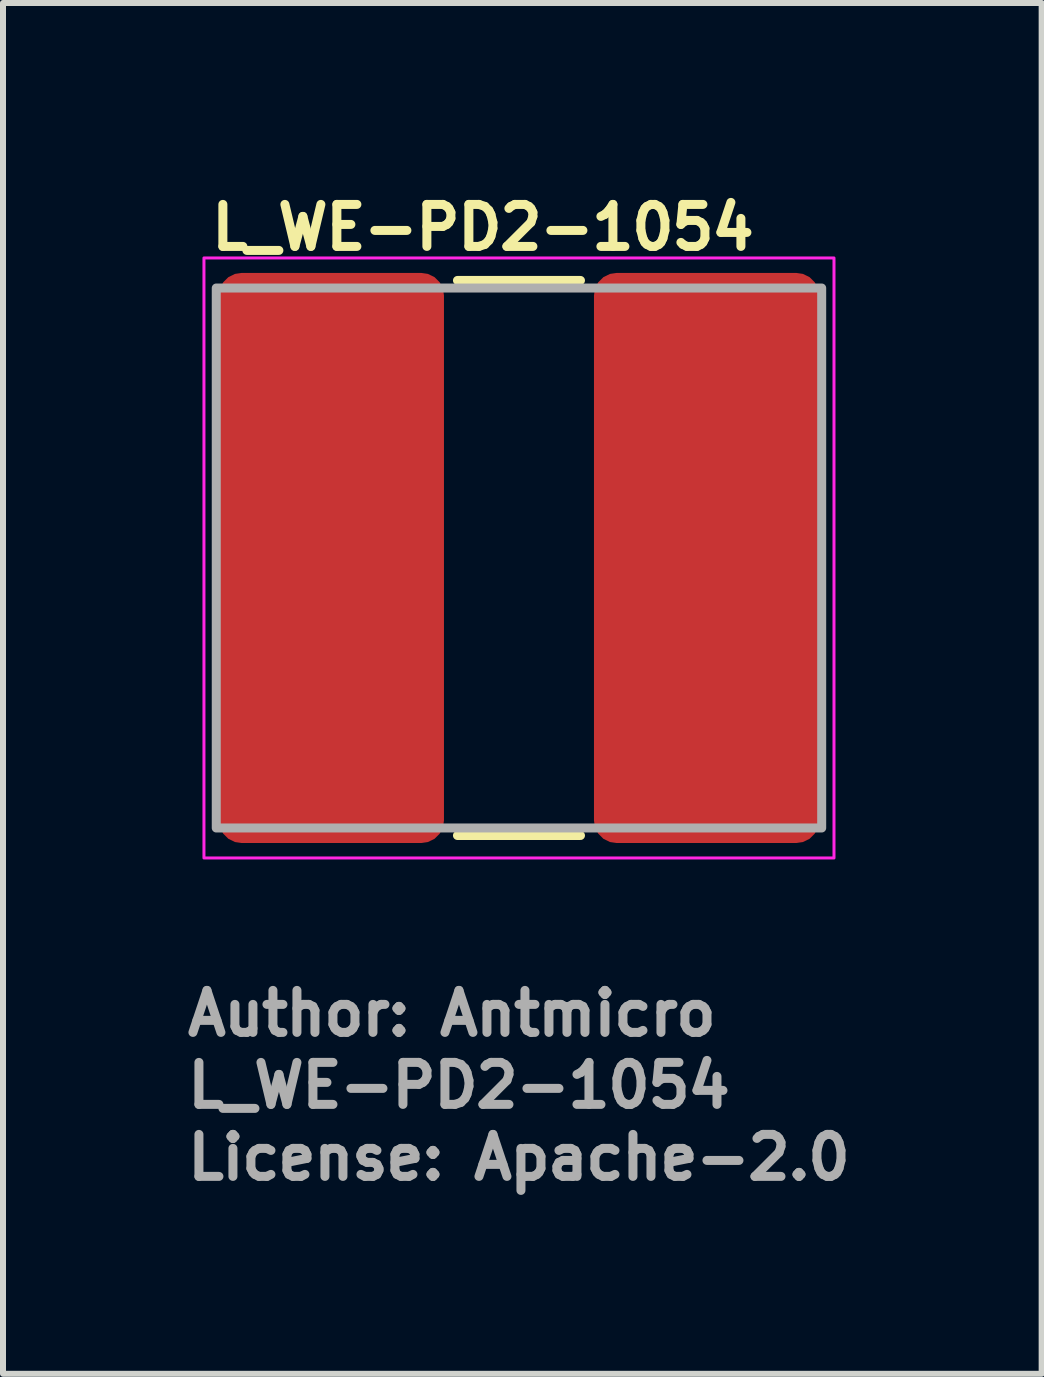
<source format=kicad_pcb>
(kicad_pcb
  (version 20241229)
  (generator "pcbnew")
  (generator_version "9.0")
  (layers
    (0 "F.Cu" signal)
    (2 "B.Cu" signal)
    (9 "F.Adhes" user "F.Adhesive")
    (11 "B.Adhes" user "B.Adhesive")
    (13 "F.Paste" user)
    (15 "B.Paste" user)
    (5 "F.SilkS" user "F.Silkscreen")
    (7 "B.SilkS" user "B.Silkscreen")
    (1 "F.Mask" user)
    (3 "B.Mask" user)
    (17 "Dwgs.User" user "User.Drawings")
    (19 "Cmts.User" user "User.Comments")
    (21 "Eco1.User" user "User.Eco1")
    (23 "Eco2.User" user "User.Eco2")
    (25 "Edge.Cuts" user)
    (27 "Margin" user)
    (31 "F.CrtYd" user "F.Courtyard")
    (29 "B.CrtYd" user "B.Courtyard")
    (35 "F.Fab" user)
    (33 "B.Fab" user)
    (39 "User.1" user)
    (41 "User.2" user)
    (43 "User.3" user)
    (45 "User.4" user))
  (footprint "L_WE-PD2-1054"
    (layer "F.Cu")
    (at 5.599 6.249)
    (property "Reference" "L_WE-PD2-1054" (at -5.2 -5.099 0) (layer "F.SilkS") (effects (font (size 0.7 0.7) (thickness 0.15)) (justify left bottom)))
    (attr smd)
    (fp_line (start 1.025 -4.625) (end -1.025 -4.625) (stroke (width 0.15) (type solid)) (layer "F.SilkS"))
    (fp_line (start 1.025 4.625) (end -1.025 4.625) (stroke (width 0.15) (type solid)) (layer "F.SilkS"))
    (fp_rect (start -5.25 -5) (end 5.25 5) (stroke (width 0.05) (type solid)) (fill no) (layer "F.CrtYd"))
    (fp_rect (start -5.045 -4.499) (end 5.045 4.5) (stroke (width 0.15) (type solid)) (fill no) (layer "F.Fab"))
    (fp_rect (start -5.05 -4.5) (end 5.05 4.5) (stroke (width 0.1) (type solid)) (fill no) (layer "User.5"))
    (fp_line (start -5.045 -0.001) (end -5.043 0.017) (stroke (width 0.02) (type solid)) (layer "User.9"))
    (fp_line (start -5.043 -0.035) (end -5.043 -0.018) (stroke (width 0.02) (type solid)) (layer "User.9"))
    (fp_line (start -5.043 -0.018) (end -5.045 -0.001) (stroke (width 0.02) (type solid)) (layer "User.9"))
    (fp_line (start -5.043 0.017) (end -5.043 0.035) (stroke (width 0.02) (type solid)) (layer "User.9"))
    (fp_line (start -5.043 0.035) (end -5.04 0.052) (stroke (width 0.02) (type solid)) (layer "User.9"))
    (fp_line (start -5.04 -0.052) (end -5.043 -0.035) (stroke (width 0.02) (type solid)) (layer "User.9"))
    (fp_line (start -5.04 0.052) (end -5.035 0.069) (stroke (width 0.02) (type solid)) (layer "User.9"))
    (fp_line (start -5.035 -0.069) (end -5.04 -0.052) (stroke (width 0.02) (type solid)) (layer "User.9"))
    (fp_line (start -5.035 0.069) (end -5.031 0.085) (stroke (width 0.02) (type solid)) (layer "User.9"))
    (fp_line (start -5.031 -0.085) (end -5.035 -0.069) (stroke (width 0.02) (type solid)) (layer "User.9"))
    (fp_line (start -5.031 0.085) (end -5.024 0.102) (stroke (width 0.02) (type solid)) (layer "User.9"))
    (fp_line (start -5.024 -0.102) (end -5.031 -0.085) (stroke (width 0.02) (type solid)) (layer "User.9"))
    (fp_line (start -5.024 0.102) (end -5.016 0.12) (stroke (width 0.02) (type solid)) (layer "User.9"))
    (fp_line (start -5.016 -0.12) (end -5.024 -0.102) (stroke (width 0.02) (type solid)) (layer "User.9"))
    (fp_line (start -5.016 0.12) (end -5.008 0.136) (stroke (width 0.02) (type solid)) (layer "User.9"))
    (fp_line (start -5.008 -0.136) (end -5.016 -0.12) (stroke (width 0.02) (type solid)) (layer "User.9"))
    (fp_line (start -5.008 -0.136) (end -5.008 -0.136) (stroke (width 0.02) (type solid)) (layer "User.9"))
    (fp_line (start -5.008 0.136) (end -5.008 0.136) (stroke (width 0.02) (type solid)) (layer "User.9"))
    (fp_line (start -5.008 0.136) (end -5.003 0.142) (stroke (width 0.02) (type solid)) (layer "User.9"))
    (fp_line (start -5.003 0.142) (end -5 0.151) (stroke (width 0.02) (type solid)) (layer "User.9"))
    (fp_line (start -5 -0.151) (end -5.008 -0.136) (stroke (width 0.02) (type solid)) (layer "User.9"))
    (fp_line (start -5 0.151) (end -4.995 0.158) (stroke (width 0.02) (type solid)) (layer "User.9"))
    (fp_line (start -4.999 0.152) (end -4.973 0.521) (stroke (width 0.02) (type solid)) (layer "User.9"))
    (fp_line (start -4.995 0.158) (end -4.989 0.166) (stroke (width 0.02) (type solid)) (layer "User.9"))
    (fp_line (start -4.989 -0.337) (end -4.999 -0.152) (stroke (width 0.02) (type solid)) (layer "User.9"))
    (fp_line (start -4.989 -0.166) (end -5 -0.151) (stroke (width 0.02) (type solid)) (layer "User.9"))
    (fp_line (start -4.989 0.166) (end -4.984 0.172) (stroke (width 0.02) (type solid)) (layer "User.9"))
    (fp_line (start -4.984 0.172) (end -4.978 0.179) (stroke (width 0.02) (type solid)) (layer "User.9"))
    (fp_line (start -4.978 -0.179) (end -4.989 -0.166) (stroke (width 0.02) (type solid)) (layer "User.9"))
    (fp_line (start -4.978 0.179) (end -4.971 0.186) (stroke (width 0.02) (type solid)) (layer "User.9"))
    (fp_line (start -4.973 -0.521) (end -4.989 -0.337) (stroke (width 0.02) (type solid)) (layer "User.9"))
    (fp_line (start -4.973 0.521) (end -4.918 0.883) (stroke (width 0.02) (type solid)) (layer "User.9"))
    (fp_line (start -4.971 0.186) (end -4.966 0.192) (stroke (width 0.02) (type solid)) (layer "User.9"))
    (fp_line (start -4.966 -0.192) (end -4.978 -0.179) (stroke (width 0.02) (type solid)) (layer "User.9"))
    (fp_line (start -4.966 0.192) (end -4.958 0.199) (stroke (width 0.02) (type solid)) (layer "User.9"))
    (fp_line (start -4.958 0.199) (end -4.953 0.203) (stroke (width 0.02) (type solid)) (layer "User.9"))
    (fp_line (start -4.953 -0.666) (end -4.952 -0.674) (stroke (width 0.02) (type solid)) (layer "User.9"))
    (fp_line (start -4.953 -0.657) (end -4.953 -0.666) (stroke (width 0.02) (type solid)) (layer "User.9"))
    (fp_line (start -4.953 -0.649) (end -4.953 -0.657) (stroke (width 0.02) (type solid)) (layer "User.9"))
    (fp_line (start -4.953 -0.64) (end -4.953 -0.649) (stroke (width 0.02) (type solid)) (layer "User.9"))
    (fp_line (start -4.953 -0.203) (end -4.966 -0.192) (stroke (width 0.02) (type solid)) (layer "User.9"))
    (fp_line (start -4.953 0.203) (end -4.946 0.21) (stroke (width 0.02) (type solid)) (layer "User.9"))
    (fp_line (start -4.953 0.649) (end -4.952 0.632) (stroke (width 0.02) (type solid)) (layer "User.9"))
    (fp_line (start -4.953 0.657) (end -4.953 0.649) (stroke (width 0.02) (type solid)) (layer "User.9"))
    (fp_line (start -4.953 0.666) (end -4.953 0.657) (stroke (width 0.02) (type solid)) (layer "User.9"))
    (fp_line (start -4.952 -0.674) (end -4.95 -0.683) (stroke (width 0.02) (type solid)) (layer "User.9"))
    (fp_line (start -4.952 -0.632) (end -4.953 -0.64) (stroke (width 0.02) (type solid)) (layer "User.9"))
    (fp_line (start -4.952 0.632) (end -4.949 0.615) (stroke (width 0.02) (type solid)) (layer "User.9"))
    (fp_line (start -4.952 0.674) (end -4.953 0.666) (stroke (width 0.02) (type solid)) (layer "User.9"))
    (fp_line (start -4.95 -0.683) (end -4.891 -1.012) (stroke (width 0.02) (type solid)) (layer "User.9"))
    (fp_line (start -4.95 -0.623) (end -4.952 -0.632) (stroke (width 0.02) (type solid)) (layer "User.9"))
    (fp_line (start -4.95 0.682) (end -4.952 0.674) (stroke (width 0.02) (type solid)) (layer "User.9"))
    (fp_line (start -4.949 -0.703) (end -4.973 -0.521) (stroke (width 0.02) (type solid)) (layer "User.9"))
    (fp_line (start -4.949 -0.615) (end -4.95 -0.623) (stroke (width 0.02) (type solid)) (layer "User.9"))
    (fp_line (start -4.949 0.615) (end -4.945 0.599) (stroke (width 0.02) (type solid)) (layer "User.9"))
    (fp_line (start -4.947 -0.607) (end -4.949 -0.615) (stroke (width 0.02) (type solid)) (layer "User.9"))
    (fp_line (start -4.946 0.21) (end -4.939 0.216) (stroke (width 0.02) (type solid)) (layer "User.9"))
    (fp_line (start -4.945 -0.599) (end -4.947 -0.607) (stroke (width 0.02) (type solid)) (layer "User.9"))
    (fp_line (start -4.945 0.599) (end -4.939 0.583) (stroke (width 0.02) (type solid)) (layer "User.9"))
    (fp_line (start -4.942 -0.591) (end -4.945 -0.599) (stroke (width 0.02) (type solid)) (layer "User.9"))
    (fp_line (start -4.939 -0.583) (end -4.942 -0.591) (stroke (width 0.02) (type solid)) (layer "User.9"))
    (fp_line (start -4.939 -0.216) (end -4.953 -0.203) (stroke (width 0.02) (type solid)) (layer "User.9"))
    (fp_line (start -4.939 0.216) (end -4.932 0.221) (stroke (width 0.02) (type solid)) (layer "User.9"))
    (fp_line (start -4.939 0.583) (end -4.933 0.565) (stroke (width 0.02) (type solid)) (layer "User.9"))
    (fp_line (start -4.937 -0.575) (end -4.939 -0.583) (stroke (width 0.02) (type solid)) (layer "User.9"))
    (fp_line (start -4.933 -0.566) (end -4.937 -0.575) (stroke (width 0.02) (type solid)) (layer "User.9"))
    (fp_line (start -4.933 0.565) (end -4.925 0.552) (stroke (width 0.02) (type solid)) (layer "User.9"))
    (fp_line (start -4.932 0.221) (end -4.925 0.226) (stroke (width 0.02) (type solid)) (layer "User.9"))
    (fp_line (start -4.929 -0.56) (end -4.933 -0.566) (stroke (width 0.02) (type solid)) (layer "User.9"))
    (fp_line (start -4.925 -0.553) (end -4.929 -0.56) (stroke (width 0.02) (type solid)) (layer "User.9"))
    (fp_line (start -4.925 -0.226) (end -4.939 -0.216) (stroke (width 0.02) (type solid)) (layer "User.9"))
    (fp_line (start -4.925 0.226) (end -4.917 0.231) (stroke (width 0.02) (type solid)) (layer "User.9"))
    (fp_line (start -4.925 0.552) (end -4.916 0.539) (stroke (width 0.02) (type solid)) (layer "User.9"))
    (fp_line (start -4.923 0.849) (end -4.95 0.682) (stroke (width 0.02) (type solid)) (layer "User.9"))
    (fp_line (start -4.921 -0.546) (end -4.925 -0.553) (stroke (width 0.02) (type solid)) (layer "User.9"))
    (fp_line (start -4.918 -0.883) (end -4.949 -0.703) (stroke (width 0.02) (type solid)) (layer "User.9"))
    (fp_line (start -4.918 0.883) (end -4.837 1.237) (stroke (width 0.02) (type solid)) (layer "User.9"))
    (fp_line (start -4.917 0.231) (end -4.91 0.234) (stroke (width 0.02) (type solid)) (layer "User.9"))
    (fp_line (start -4.916 -0.539) (end -4.921 -0.546) (stroke (width 0.02) (type solid)) (layer "User.9"))
    (fp_line (start -4.916 0.539) (end -4.906 0.526) (stroke (width 0.02) (type solid)) (layer "User.9"))
    (fp_line (start -4.91 -0.532) (end -4.916 -0.539) (stroke (width 0.02) (type solid)) (layer "User.9"))
    (fp_line (start -4.91 -0.234) (end -4.925 -0.226) (stroke (width 0.02) (type solid)) (layer "User.9"))
    (fp_line (start -4.91 0.234) (end -4.902 0.238) (stroke (width 0.02) (type solid)) (layer "User.9"))
    (fp_line (start -4.906 -0.526) (end -4.91 -0.532) (stroke (width 0.02) (type solid)) (layer "User.9"))
    (fp_line (start -4.906 0.526) (end -4.894 0.513) (stroke (width 0.02) (type solid)) (layer "User.9"))
    (fp_line (start -4.902 0.238) (end -4.894 0.243) (stroke (width 0.02) (type solid)) (layer "User.9"))
    (fp_line (start -4.901 -0.519) (end -4.906 -0.526) (stroke (width 0.02) (type solid)) (layer "User.9"))
    (fp_line (start -4.894 -0.513) (end -4.901 -0.519) (stroke (width 0.02) (type solid)) (layer "User.9"))
    (fp_line (start -4.894 -0.243) (end -4.91 -0.234) (stroke (width 0.02) (type solid)) (layer "User.9"))
    (fp_line (start -4.894 0.243) (end -4.885 0.247) (stroke (width 0.02) (type solid)) (layer "User.9"))
    (fp_line (start -4.894 0.513) (end -4.883 0.502) (stroke (width 0.02) (type solid)) (layer "User.9"))
    (fp_line (start -4.891 -1.012) (end -4.809 -1.334) (stroke (width 0.02) (type solid)) (layer "User.9"))
    (fp_line (start -4.891 1.012) (end -4.923 0.849) (stroke (width 0.02) (type solid)) (layer "User.9"))
    (fp_line (start -4.889 -0.507) (end -4.894 -0.513) (stroke (width 0.02) (type solid)) (layer "User.9"))
    (fp_line (start -4.885 0.247) (end -4.878 0.251) (stroke (width 0.02) (type solid)) (layer "User.9"))
    (fp_line (start -4.883 -0.502) (end -4.889 -0.507) (stroke (width 0.02) (type solid)) (layer "User.9"))
    (fp_line (start -4.883 0.502) (end -4.869 0.492) (stroke (width 0.02) (type solid)) (layer "User.9"))
    (fp_line (start -4.881 -1.062) (end -4.918 -0.883) (stroke (width 0.02) (type solid)) (layer "User.9"))
    (fp_line (start -4.878 -0.251) (end -4.894 -0.243) (stroke (width 0.02) (type solid)) (layer "User.9"))
    (fp_line (start -4.878 0.251) (end -4.87 0.254) (stroke (width 0.02) (type solid)) (layer "User.9"))
    (fp_line (start -4.875 -0.497) (end -4.883 -0.502) (stroke (width 0.02) (type solid)) (layer "User.9"))
    (fp_line (start -4.87 0.254) (end -4.861 0.257) (stroke (width 0.02) (type solid)) (layer "User.9"))
    (fp_line (start -4.869 -0.492) (end -4.875 -0.497) (stroke (width 0.02) (type solid)) (layer "User.9"))
    (fp_line (start -4.869 0.492) (end -4.855 0.482) (stroke (width 0.02) (type solid)) (layer "User.9"))
    (fp_line (start -4.862 -0.487) (end -4.869 -0.492) (stroke (width 0.02) (type solid)) (layer "User.9"))
    (fp_line (start -4.861 -0.257) (end -4.878 -0.251) (stroke (width 0.02) (type solid)) (layer "User.9"))
    (fp_line (start -4.861 0.257) (end -4.853 0.26) (stroke (width 0.02) (type solid)) (layer "User.9"))
    (fp_line (start -4.855 -0.482) (end -4.862 -0.487) (stroke (width 0.02) (type solid)) (layer "User.9"))
    (fp_line (start -4.855 0.482) (end -4.846 0.476) (stroke (width 0.02) (type solid)) (layer "User.9"))
    (fp_line (start -4.853 0.26) (end -4.845 0.262) (stroke (width 0.02) (type solid)) (layer "User.9"))
    (fp_line (start -4.846 -0.477) (end -4.855 -0.482) (stroke (width 0.02) (type solid)) (layer "User.9"))
    (fp_line (start -4.846 0.476) (end -4.84 0.472) (stroke (width 0.02) (type solid)) (layer "User.9"))
    (fp_line (start -4.845 -0.262) (end -4.861 -0.257) (stroke (width 0.02) (type solid)) (layer "User.9"))
    (fp_line (start -4.845 0.262) (end -4.836 0.264) (stroke (width 0.02) (type solid)) (layer "User.9"))
    (fp_line (start -4.84 -0.473) (end -4.846 -0.477) (stroke (width 0.02) (type solid)) (layer "User.9"))
    (fp_line (start -4.84 0.472) (end -4.832 0.468) (stroke (width 0.02) (type solid)) (layer "User.9"))
    (fp_line (start -4.837 -1.237) (end -4.881 -1.062) (stroke (width 0.02) (type solid)) (layer "User.9"))
    (fp_line (start -4.837 1.237) (end -4.73 1.582) (stroke (width 0.02) (type solid)) (layer "User.9"))
    (fp_line (start -4.836 0.264) (end -4.827 0.265) (stroke (width 0.02) (type solid)) (layer "User.9"))
    (fp_line (start -4.832 -0.469) (end -4.84 -0.473) (stroke (width 0.02) (type solid)) (layer "User.9"))
    (fp_line (start -4.832 0.468) (end -4.824 0.467) (stroke (width 0.02) (type solid)) (layer "User.9"))
    (fp_line (start -4.827 -0.266) (end -4.845 -0.262) (stroke (width 0.02) (type solid)) (layer "User.9"))
    (fp_line (start -4.827 0.265) (end -4.817 0.267) (stroke (width 0.02) (type solid)) (layer "User.9"))
    (fp_line (start -4.824 -0.467) (end -4.832 -0.469) (stroke (width 0.02) (type solid)) (layer "User.9"))
    (fp_line (start -4.824 -0.467) (end -4.806 -0.46) (stroke (width 0.02) (type solid)) (layer "User.9"))
    (fp_line (start -4.824 -0.467) (end -4.806 -0.46) (stroke (width 0.02) (type solid)) (layer "User.9"))
    (fp_line (start -4.817 0.267) (end -4.809 0.268) (stroke (width 0.02) (type solid)) (layer "User.9"))
    (fp_line (start -4.809 -1.334) (end -4.705 -1.645) (stroke (width 0.02) (type solid)) (layer "User.9"))
    (fp_line (start -4.809 -0.269) (end -4.827 -0.266) (stroke (width 0.02) (type solid)) (layer "User.9"))
    (fp_line (start -4.809 0.268) (end -4.801 0.269) (stroke (width 0.02) (type solid)) (layer "User.9"))
    (fp_line (start -4.809 1.335) (end -4.891 1.012) (stroke (width 0.02) (type solid)) (layer "User.9"))
    (fp_line (start -4.806 -0.46) (end -4.788 -0.452) (stroke (width 0.02) (type solid)) (layer "User.9"))
    (fp_line (start -4.806 -0.46) (end -4.788 -0.452) (stroke (width 0.02) (type solid)) (layer "User.9"))
    (fp_line (start -4.801 0.269) (end -4.792 0.27) (stroke (width 0.02) (type solid)) (layer "User.9"))
    (fp_line (start -4.792 -0.271) (end -4.809 -0.269) (stroke (width 0.02) (type solid)) (layer "User.9"))
    (fp_line (start -4.792 0.27) (end -4.782 0.27) (stroke (width 0.02) (type solid)) (layer "User.9"))
    (fp_line (start -4.788 -0.452) (end -4.771 -0.444) (stroke (width 0.02) (type solid)) (layer "User.9"))
    (fp_line (start -4.788 -0.452) (end -4.771 -0.444) (stroke (width 0.02) (type solid)) (layer "User.9"))
    (fp_line (start -4.788 0.452) (end -4.824 0.467) (stroke (width 0.02) (type solid)) (layer "User.9"))
    (fp_line (start -4.788 0.452) (end -4.824 0.467) (stroke (width 0.02) (type solid)) (layer "User.9"))
    (fp_line (start -4.787 -1.411) (end -4.837 -1.237) (stroke (width 0.02) (type solid)) (layer "User.9"))
    (fp_line (start -4.782 0.27) (end -4.774 0.271) (stroke (width 0.02) (type solid)) (layer "User.9"))
    (fp_line (start -4.773 -0.271) (end -4.792 -0.271) (stroke (width 0.02) (type solid)) (layer "User.9"))
    (fp_line (start -4.771 -0.444) (end -4.753 -0.435) (stroke (width 0.02) (type solid)) (layer "User.9"))
    (fp_line (start -4.771 -0.444) (end -4.753 -0.435) (stroke (width 0.02) (type solid)) (layer "User.9"))
    (fp_line (start -4.753 -0.435) (end -4.737 -0.425) (stroke (width 0.02) (type solid)) (layer "User.9"))
    (fp_line (start -4.753 -0.435) (end -4.737 -0.425) (stroke (width 0.02) (type solid)) (layer "User.9"))
    (fp_line (start -4.753 0.435) (end -4.788 0.452) (stroke (width 0.02) (type solid)) (layer "User.9"))
    (fp_line (start -4.753 0.435) (end -4.788 0.452) (stroke (width 0.02) (type solid)) (layer "User.9"))
    (fp_line (start -4.737 -0.425) (end -4.721 -0.414) (stroke (width 0.02) (type solid)) (layer "User.9"))
    (fp_line (start -4.737 -0.425) (end -4.721 -0.414) (stroke (width 0.02) (type solid)) (layer "User.9"))
    (fp_line (start -4.73 -1.582) (end -4.787 -1.411) (stroke (width 0.02) (type solid)) (layer "User.9"))
    (fp_line (start -4.73 1.582) (end -4.596 1.915) (stroke (width 0.02) (type solid)) (layer "User.9"))
    (fp_line (start -4.721 -0.414) (end -4.705 -0.404) (stroke (width 0.02) (type solid)) (layer "User.9"))
    (fp_line (start -4.721 -0.414) (end -4.705 -0.404) (stroke (width 0.02) (type solid)) (layer "User.9"))
    (fp_line (start -4.721 0.413) (end -4.753 0.435) (stroke (width 0.02) (type solid)) (layer "User.9"))
    (fp_line (start -4.721 0.413) (end -4.753 0.435) (stroke (width 0.02) (type solid)) (layer "User.9"))
    (fp_line (start -4.705 -1.645) (end -4.58 -1.949) (stroke (width 0.02) (type solid)) (layer "User.9"))
    (fp_line (start -4.705 -0.404) (end -4.691 -0.392) (stroke (width 0.02) (type solid)) (layer "User.9"))
    (fp_line (start -4.705 -0.404) (end -4.691 -0.392) (stroke (width 0.02) (type solid)) (layer "User.9"))
    (fp_line (start -4.705 1.645) (end -4.809 1.335) (stroke (width 0.02) (type solid)) (layer "User.9"))
    (fp_line (start -4.691 -0.392) (end -4.676 -0.38) (stroke (width 0.02) (type solid)) (layer "User.9"))
    (fp_line (start -4.691 -0.392) (end -4.676 -0.38) (stroke (width 0.02) (type solid)) (layer "User.9"))
    (fp_line (start -4.691 0.392) (end -4.721 0.413) (stroke (width 0.02) (type solid)) (layer "User.9"))
    (fp_line (start -4.691 0.392) (end -4.721 0.413) (stroke (width 0.02) (type solid)) (layer "User.9"))
    (fp_line (start -4.676 -0.38) (end -4.663 -0.368) (stroke (width 0.02) (type solid)) (layer "User.9"))
    (fp_line (start -4.676 -0.38) (end -4.663 -0.368) (stroke (width 0.02) (type solid)) (layer "User.9"))
    (fp_line (start -4.667 -1.75) (end -4.73 -1.582) (stroke (width 0.02) (type solid)) (layer "User.9"))
    (fp_line (start -4.663 -0.368) (end -4.649 -0.355) (stroke (width 0.02) (type solid)) (layer "User.9"))
    (fp_line (start -4.663 -0.368) (end -4.649 -0.355) (stroke (width 0.02) (type solid)) (layer "User.9"))
    (fp_line (start -4.663 0.368) (end -4.691 0.392) (stroke (width 0.02) (type solid)) (layer "User.9"))
    (fp_line (start -4.663 0.368) (end -4.691 0.392) (stroke (width 0.02) (type solid)) (layer "User.9"))
    (fp_line (start -4.649 -0.355) (end -4.636 -0.342) (stroke (width 0.02) (type solid)) (layer "User.9"))
    (fp_line (start -4.649 -0.355) (end -4.636 -0.342) (stroke (width 0.02) (type solid)) (layer "User.9"))
    (fp_line (start -4.636 -0.342) (end -4.623 -0.328) (stroke (width 0.02) (type solid)) (layer "User.9"))
    (fp_line (start -4.636 -0.342) (end -4.623 -0.328) (stroke (width 0.02) (type solid)) (layer "User.9"))
    (fp_line (start -4.636 0.342) (end -4.663 0.368) (stroke (width 0.02) (type solid)) (layer "User.9"))
    (fp_line (start -4.636 0.342) (end -4.663 0.368) (stroke (width 0.02) (type solid)) (layer "User.9"))
    (fp_line (start -4.623 -0.328) (end -4.611 -0.314) (stroke (width 0.02) (type solid)) (layer "User.9"))
    (fp_line (start -4.623 -0.328) (end -4.611 -0.314) (stroke (width 0.02) (type solid)) (layer "User.9"))
    (fp_line (start -4.611 -0.314) (end -4.6 -0.299) (stroke (width 0.02) (type solid)) (layer "User.9"))
    (fp_line (start -4.611 -0.314) (end -4.6 -0.299) (stroke (width 0.02) (type solid)) (layer "User.9"))
    (fp_line (start -4.611 0.314) (end -4.636 0.342) (stroke (width 0.02) (type solid)) (layer "User.9"))
    (fp_line (start -4.611 0.314) (end -4.636 0.342) (stroke (width 0.02) (type solid)) (layer "User.9"))
    (fp_line (start -4.6 -0.299) (end -4.589 -0.283) (stroke (width 0.02) (type solid)) (layer "User.9"))
    (fp_line (start -4.6 -0.299) (end -4.589 -0.283) (stroke (width 0.02) (type solid)) (layer "User.9"))
    (fp_line (start -4.596 -1.915) (end -4.667 -1.75) (stroke (width 0.02) (type solid)) (layer "User.9"))
    (fp_line (start -4.596 1.915) (end -4.439 2.236) (stroke (width 0.02) (type solid)) (layer "User.9"))
    (fp_line (start -4.589 -0.283) (end -4.579 -0.268) (stroke (width 0.02) (type solid)) (layer "User.9"))
    (fp_line (start -4.589 -0.283) (end -4.579 -0.268) (stroke (width 0.02) (type solid)) (layer "User.9"))
    (fp_line (start -4.589 0.282) (end -4.611 0.314) (stroke (width 0.02) (type solid)) (layer "User.9"))
    (fp_line (start -4.589 0.282) (end -4.611 0.314) (stroke (width 0.02) (type solid)) (layer "User.9"))
    (fp_line (start -4.58 -1.949) (end -4.436 -2.241) (stroke (width 0.02) (type solid)) (layer "User.9"))
    (fp_line (start -4.58 -0.271) (end -4.773 -0.271) (stroke (width 0.02) (type solid)) (layer "User.9"))
    (fp_line (start -4.58 0.271) (end -4.773 0.271) (stroke (width 0.02) (type solid)) (layer "User.9"))
    (fp_line (start -4.58 1.949) (end -4.705 1.645) (stroke (width 0.02) (type solid)) (layer "User.9"))
    (fp_line (start -4.579 -0.268) (end -4.569 -0.252) (stroke (width 0.02) (type solid)) (layer "User.9"))
    (fp_line (start -4.579 -0.268) (end -4.569 -0.252) (stroke (width 0.02) (type solid)) (layer "User.9"))
    (fp_line (start -4.569 -0.252) (end -4.559 -0.234) (stroke (width 0.02) (type solid)) (layer "User.9"))
    (fp_line (start -4.569 -0.252) (end -4.559 -0.234) (stroke (width 0.02) (type solid)) (layer "User.9"))
    (fp_line (start -4.569 0.252) (end -4.589 0.282) (stroke (width 0.02) (type solid)) (layer "User.9"))
    (fp_line (start -4.569 0.252) (end -4.589 0.282) (stroke (width 0.02) (type solid)) (layer "User.9"))
    (fp_line (start -4.559 -0.234) (end -4.551 -0.219) (stroke (width 0.02) (type solid)) (layer "User.9"))
    (fp_line (start -4.559 -0.234) (end -4.551 -0.219) (stroke (width 0.02) (type solid)) (layer "User.9"))
    (fp_line (start -4.551 -0.219) (end -4.543 -0.202) (stroke (width 0.02) (type solid)) (layer "User.9"))
    (fp_line (start -4.551 -0.219) (end -4.543 -0.202) (stroke (width 0.02) (type solid)) (layer "User.9"))
    (fp_line (start -4.551 0.219) (end -4.569 0.252) (stroke (width 0.02) (type solid)) (layer "User.9"))
    (fp_line (start -4.551 0.219) (end -4.569 0.252) (stroke (width 0.02) (type solid)) (layer "User.9"))
    (fp_line (start -4.543 -0.202) (end -4.535 -0.185) (stroke (width 0.02) (type solid)) (layer "User.9"))
    (fp_line (start -4.543 -0.202) (end -4.535 -0.185) (stroke (width 0.02) (type solid)) (layer "User.9"))
    (fp_line (start -4.535 -0.185) (end -4.53 -0.168) (stroke (width 0.02) (type solid)) (layer "User.9"))
    (fp_line (start -4.535 -0.185) (end -4.53 -0.168) (stroke (width 0.02) (type solid)) (layer "User.9"))
    (fp_line (start -4.535 0.185) (end -4.551 0.219) (stroke (width 0.02) (type solid)) (layer "User.9"))
    (fp_line (start -4.535 0.185) (end -4.551 0.219) (stroke (width 0.02) (type solid)) (layer "User.9"))
    (fp_line (start -4.53 -0.168) (end -4.524 -0.15) (stroke (width 0.02) (type solid)) (layer "User.9"))
    (fp_line (start -4.53 -0.168) (end -4.524 -0.15) (stroke (width 0.02) (type solid)) (layer "User.9"))
    (fp_line (start -4.524 -0.15) (end -4.518 -0.132) (stroke (width 0.02) (type solid)) (layer "User.9"))
    (fp_line (start -4.524 -0.15) (end -4.518 -0.132) (stroke (width 0.02) (type solid)) (layer "User.9"))
    (fp_line (start -4.524 0.15) (end -4.535 0.185) (stroke (width 0.02) (type solid)) (layer "User.9"))
    (fp_line (start -4.524 0.15) (end -4.535 0.185) (stroke (width 0.02) (type solid)) (layer "User.9"))
    (fp_line (start -4.522 -2.077) (end -4.596 -1.915) (stroke (width 0.02) (type solid)) (layer "User.9"))
    (fp_line (start -4.518 -0.132) (end -4.514 -0.113) (stroke (width 0.02) (type solid)) (layer "User.9"))
    (fp_line (start -4.518 -0.132) (end -4.514 -0.113) (stroke (width 0.02) (type solid)) (layer "User.9"))
    (fp_line (start -4.514 -0.113) (end -4.51 -0.095) (stroke (width 0.02) (type solid)) (layer "User.9"))
    (fp_line (start -4.514 -0.113) (end -4.51 -0.095) (stroke (width 0.02) (type solid)) (layer "User.9"))
    (fp_line (start -4.514 0.114) (end -4.524 0.15) (stroke (width 0.02) (type solid)) (layer "User.9"))
    (fp_line (start -4.514 0.114) (end -4.524 0.15) (stroke (width 0.02) (type solid)) (layer "User.9"))
    (fp_line (start -4.51 -0.095) (end -4.506 -0.076) (stroke (width 0.02) (type solid)) (layer "User.9"))
    (fp_line (start -4.51 -0.095) (end -4.506 -0.076) (stroke (width 0.02) (type solid)) (layer "User.9"))
    (fp_line (start -4.506 -0.076) (end -4.503 -0.057) (stroke (width 0.02) (type solid)) (layer "User.9"))
    (fp_line (start -4.506 -0.076) (end -4.503 -0.057) (stroke (width 0.02) (type solid)) (layer "User.9"))
    (fp_line (start -4.506 0.076) (end -4.514 0.114) (stroke (width 0.02) (type solid)) (layer "User.9"))
    (fp_line (start -4.506 0.076) (end -4.514 0.114) (stroke (width 0.02) (type solid)) (layer "User.9"))
    (fp_line (start -4.503 -0.057) (end -4.502 -0.038) (stroke (width 0.02) (type solid)) (layer "User.9"))
    (fp_line (start -4.503 -0.057) (end -4.502 -0.038) (stroke (width 0.02) (type solid)) (layer "User.9"))
    (fp_line (start -4.502 -0.038) (end -4.5 -0.02) (stroke (width 0.02) (type solid)) (layer "User.9"))
    (fp_line (start -4.502 -0.038) (end -4.5 -0.02) (stroke (width 0.02) (type solid)) (layer "User.9"))
    (fp_line (start -4.502 0.038) (end -4.506 0.076) (stroke (width 0.02) (type solid)) (layer "User.9"))
    (fp_line (start -4.502 0.038) (end -4.506 0.076) (stroke (width 0.02) (type solid)) (layer "User.9"))
    (fp_line (start -4.5 -0.02) (end -4.5 0) (stroke (width 0.02) (type solid)) (layer "User.9"))
    (fp_line (start -4.5 -0.02) (end -4.5 0) (stroke (width 0.02) (type solid)) (layer "User.9"))
    (fp_line (start -4.5 0) (end -4.502 0.038) (stroke (width 0.02) (type solid)) (layer "User.9"))
    (fp_line (start -4.5 0) (end -4.502 0.038) (stroke (width 0.02) (type solid)) (layer "User.9"))
    (fp_line (start -4.5 0) (end -4.5 0) (stroke (width 0.02) (type solid)) (layer "User.9"))
    (fp_line (start -4.5 0) (end -4.5 0) (stroke (width 0.02) (type solid)) (layer "User.9"))
    (fp_line (start -4.439 -2.236) (end -4.522 -2.077) (stroke (width 0.02) (type solid)) (layer "User.9"))
    (fp_line (start -4.439 2.236) (end -4.261 2.545) (stroke (width 0.02) (type solid)) (layer "User.9"))
    (fp_line (start -4.436 -2.241) (end -4.274 -2.521) (stroke (width 0.02) (type solid)) (layer "User.9"))
    (fp_line (start -4.436 2.242) (end -4.58 1.949) (stroke (width 0.02) (type solid)) (layer "User.9"))
    (fp_line (start -4.354 -2.392) (end -4.439 -2.236) (stroke (width 0.02) (type solid)) (layer "User.9"))
    (fp_line (start -4.274 -2.521) (end -4.091 -2.79) (stroke (width 0.02) (type solid)) (layer "User.9"))
    (fp_line (start -4.274 2.521) (end -4.436 2.242) (stroke (width 0.02) (type solid)) (layer "User.9"))
    (fp_line (start -4.261 -2.544) (end -4.354 -2.392) (stroke (width 0.02) (type solid)) (layer "User.9"))
    (fp_line (start -4.261 2.545) (end -4.057 2.837) (stroke (width 0.02) (type solid)) (layer "User.9"))
    (fp_line (start -4.162 -2.692) (end -4.261 -2.544) (stroke (width 0.02) (type solid)) (layer "User.9"))
    (fp_line (start -4.091 -2.79) (end -3.891 -3.045) (stroke (width 0.02) (type solid)) (layer "User.9"))
    (fp_line (start -4.091 2.79) (end -4.274 2.521) (stroke (width 0.02) (type solid)) (layer "User.9"))
    (fp_line (start -4.057 -2.837) (end -4.162 -2.692) (stroke (width 0.02) (type solid)) (layer "User.9"))
    (fp_line (start -4.057 2.837) (end -3.835 3.114) (stroke (width 0.02) (type solid)) (layer "User.9"))
    (fp_line (start -3.948 -2.977) (end -4.057 -2.837) (stroke (width 0.02) (type solid)) (layer "User.9"))
    (fp_line (start -3.891 -3.045) (end -3.676 -3.286) (stroke (width 0.02) (type solid)) (layer "User.9"))
    (fp_line (start -3.891 3.045) (end -4.091 2.79) (stroke (width 0.02) (type solid)) (layer "User.9"))
    (fp_line (start -3.835 -3.114) (end -3.948 -2.977) (stroke (width 0.02) (type solid)) (layer "User.9"))
    (fp_line (start -3.835 3.114) (end -3.591 3.373) (stroke (width 0.02) (type solid)) (layer "User.9"))
    (fp_line (start -3.715 -3.246) (end -3.835 -3.114) (stroke (width 0.02) (type solid)) (layer "User.9"))
    (fp_line (start -3.676 -3.286) (end -3.443 -3.512) (stroke (width 0.02) (type solid)) (layer "User.9"))
    (fp_line (start -3.676 3.286) (end -3.891 3.045) (stroke (width 0.02) (type solid)) (layer "User.9"))
    (fp_line (start -3.591 -3.373) (end -3.715 -3.246) (stroke (width 0.02) (type solid)) (layer "User.9"))
    (fp_line (start -3.591 3.373) (end -3.326 3.615) (stroke (width 0.02) (type solid)) (layer "User.9"))
    (fp_line (start -3.461 -3.496) (end -3.591 -3.373) (stroke (width 0.02) (type solid)) (layer "User.9"))
    (fp_line (start -3.443 -3.512) (end -3.195 -3.722) (stroke (width 0.02) (type solid)) (layer "User.9"))
    (fp_line (start -3.443 3.513) (end -3.676 3.286) (stroke (width 0.02) (type solid)) (layer "User.9"))
    (fp_line (start -3.326 -3.615) (end -3.461 -3.496) (stroke (width 0.02) (type solid)) (layer "User.9"))
    (fp_line (start -3.326 3.615) (end -3.045 3.836) (stroke (width 0.02) (type solid)) (layer "User.9"))
    (fp_line (start -3.195 -3.722) (end -2.932 -3.915) (stroke (width 0.02) (type solid)) (layer "User.9"))
    (fp_line (start -3.195 3.722) (end -3.443 3.513) (stroke (width 0.02) (type solid)) (layer "User.9"))
    (fp_line (start -3.189 -3.728) (end -3.326 -3.615) (stroke (width 0.02) (type solid)) (layer "User.9"))
    (fp_line (start -3.045 -3.836) (end -3.189 -3.728) (stroke (width 0.02) (type solid)) (layer "User.9"))
    (fp_line (start -3.045 3.836) (end -2.746 4.038) (stroke (width 0.02) (type solid)) (layer "User.9"))
    (fp_line (start -2.932 -3.915) (end -2.657 -4.089) (stroke (width 0.02) (type solid)) (layer "User.9"))
    (fp_line (start -2.932 3.916) (end -3.195 3.722) (stroke (width 0.02) (type solid)) (layer "User.9"))
    (fp_line (start -2.899 -3.939) (end -3.045 -3.836) (stroke (width 0.02) (type solid)) (layer "User.9"))
    (fp_line (start -2.746 -4.037) (end -2.899 -3.939) (stroke (width 0.02) (type solid)) (layer "User.9"))
    (fp_line (start -2.746 4.038) (end -2.429 4.215) (stroke (width 0.02) (type solid)) (layer "User.9"))
    (fp_line (start -2.657 -4.089) (end -2.367 -4.246) (stroke (width 0.02) (type solid)) (layer "User.9"))
    (fp_line (start -2.657 4.09) (end -2.932 3.916) (stroke (width 0.02) (type solid)) (layer "User.9"))
    (fp_line (start -2.59 -4.128) (end -2.746 -4.037) (stroke (width 0.02) (type solid)) (layer "User.9"))
    (fp_line (start -2.429 -4.215) (end -2.59 -4.128) (stroke (width 0.02) (type solid)) (layer "User.9"))
    (fp_line (start -2.429 4.215) (end -2.097 4.371) (stroke (width 0.02) (type solid)) (layer "User.9"))
    (fp_line (start -2.367 -4.246) (end -2.064 -4.383) (stroke (width 0.02) (type solid)) (layer "User.9"))
    (fp_line (start -2.367 4.247) (end -2.657 4.09) (stroke (width 0.02) (type solid)) (layer "User.9"))
    (fp_line (start -2.266 -4.295) (end -2.429 -4.215) (stroke (width 0.02) (type solid)) (layer "User.9"))
    (fp_line (start -2.097 -4.37) (end -2.266 -4.295) (stroke (width 0.02) (type solid)) (layer "User.9"))
    (fp_line (start -2.097 4.371) (end -1.75 4.5) (stroke (width 0.02) (type solid)) (layer "User.9"))
    (fp_line (start -2.064 -4.383) (end -1.75 -4.499) (stroke (width 0.02) (type solid)) (layer "User.9"))
    (fp_line (start -2.064 4.384) (end -2.367 4.247) (stroke (width 0.02) (type solid)) (layer "User.9"))
    (fp_line (start -1.927 -4.438) (end -2.097 -4.37) (stroke (width 0.02) (type solid)) (layer "User.9"))
    (fp_line (start -1.909 4.445) (end -2.064 4.384) (stroke (width 0.02) (type solid)) (layer "User.9"))
    (fp_line (start -1.75 -4.499) (end -1.927 -4.438) (stroke (width 0.02) (type solid)) (layer "User.9"))
    (fp_line (start -1.75 -4.499) (end 1.75 -4.499) (stroke (width 0.02) (type solid)) (layer "User.9"))
    (fp_line (start -1.75 4.5) (end -1.909 4.445) (stroke (width 0.02) (type solid)) (layer "User.9"))
    (fp_line (start 1.75 -4.499) (end 1.907 -4.444) (stroke (width 0.02) (type solid)) (layer "User.9"))
    (fp_line (start 1.75 4.5) (end -1.75 4.5) (stroke (width 0.02) (type solid)) (layer "User.9"))
    (fp_line (start 1.907 -4.444) (end 2.062 -4.383) (stroke (width 0.02) (type solid)) (layer "User.9"))
    (fp_line (start 2.062 -4.383) (end 2.365 -4.246) (stroke (width 0.02) (type solid)) (layer "User.9"))
    (fp_line (start 2.062 4.384) (end 1.75 4.5) (stroke (width 0.02) (type solid)) (layer "User.9"))
    (fp_line (start 2.365 -4.246) (end 2.654 -4.089) (stroke (width 0.02) (type solid)) (layer "User.9"))
    (fp_line (start 2.365 4.247) (end 2.062 4.384) (stroke (width 0.02) (type solid)) (layer "User.9"))
    (fp_line (start 2.654 -4.089) (end 2.932 -3.915) (stroke (width 0.02) (type solid)) (layer "User.9"))
    (fp_line (start 2.654 4.09) (end 2.365 4.247) (stroke (width 0.02) (type solid)) (layer "User.9"))
    (fp_line (start 2.932 -3.915) (end 3.194 -3.722) (stroke (width 0.02) (type solid)) (layer "User.9"))
    (fp_line (start 2.932 3.916) (end 2.654 4.09) (stroke (width 0.02) (type solid)) (layer "User.9"))
    (fp_line (start 3.194 -3.722) (end 3.442 -3.512) (stroke (width 0.02) (type solid)) (layer "User.9"))
    (fp_line (start 3.194 3.722) (end 2.932 3.916) (stroke (width 0.02) (type solid)) (layer "User.9"))
    (fp_line (start 3.442 -3.512) (end 3.674 -3.286) (stroke (width 0.02) (type solid)) (layer "User.9"))
    (fp_line (start 3.442 3.513) (end 3.194 3.722) (stroke (width 0.02) (type solid)) (layer "User.9"))
    (fp_line (start 3.674 -3.286) (end 3.891 -3.045) (stroke (width 0.02) (type solid)) (layer "User.9"))
    (fp_line (start 3.674 3.286) (end 3.442 3.513) (stroke (width 0.02) (type solid)) (layer "User.9"))
    (fp_line (start 3.891 -3.045) (end 4.09 -2.79) (stroke (width 0.02) (type solid)) (layer "User.9"))
    (fp_line (start 3.891 3.045) (end 3.674 3.286) (stroke (width 0.02) (type solid)) (layer "User.9"))
    (fp_line (start 4.09 -2.79) (end 4.272 -2.521) (stroke (width 0.02) (type solid)) (layer "User.9"))
    (fp_line (start 4.09 2.79) (end 3.891 3.045) (stroke (width 0.02) (type solid)) (layer "User.9"))
    (fp_line (start 4.272 -2.521) (end 4.436 -2.241) (stroke (width 0.02) (type solid)) (layer "User.9"))
    (fp_line (start 4.272 2.521) (end 4.09 2.79) (stroke (width 0.02) (type solid)) (layer "User.9"))
    (fp_line (start 4.436 -2.241) (end 4.58 -1.949) (stroke (width 0.02) (type solid)) (layer "User.9"))
    (fp_line (start 4.436 2.242) (end 4.272 2.521) (stroke (width 0.02) (type solid)) (layer "User.9"))
    (fp_line (start 4.5 -0.038) (end 4.505 -0.076) (stroke (width 0.02) (type solid)) (layer "User.9"))
    (fp_line (start 4.5 0) (end 4.5 -0.038) (stroke (width 0.02) (type solid)) (layer "User.9"))
    (fp_line (start 4.5 0) (end 4.5 0) (stroke (width 0.02) (type solid)) (layer "User.9"))
    (fp_line (start 4.5 0.019) (end 4.5 0) (stroke (width 0.02) (type solid)) (layer "User.9"))
    (fp_line (start 4.5 0.038) (end 4.5 0.019) (stroke (width 0.02) (type solid)) (layer "User.9"))
    (fp_line (start 4.503 0.057) (end 4.5 0.038) (stroke (width 0.02) (type solid)) (layer "User.9"))
    (fp_line (start 4.505 -0.076) (end 4.513 -0.113) (stroke (width 0.02) (type solid)) (layer "User.9"))
    (fp_line (start 4.505 0.076) (end 4.503 0.057) (stroke (width 0.02) (type solid)) (layer "User.9"))
    (fp_line (start 4.509 0.095) (end 4.505 0.076) (stroke (width 0.02) (type solid)) (layer "User.9"))
    (fp_line (start 4.513 -0.113) (end 4.522 -0.15) (stroke (width 0.02) (type solid)) (layer "User.9"))
    (fp_line (start 4.513 0.114) (end 4.509 0.095) (stroke (width 0.02) (type solid)) (layer "User.9"))
    (fp_line (start 4.516 0.132) (end 4.513 0.114) (stroke (width 0.02) (type solid)) (layer "User.9"))
    (fp_line (start 4.522 -0.15) (end 4.535 -0.185) (stroke (width 0.02) (type solid)) (layer "User.9"))
    (fp_line (start 4.522 0.15) (end 4.516 0.132) (stroke (width 0.02) (type solid)) (layer "User.9"))
    (fp_line (start 4.529 0.168) (end 4.522 0.15) (stroke (width 0.02) (type solid)) (layer "User.9"))
    (fp_line (start 4.535 -0.185) (end 4.55 -0.219) (stroke (width 0.02) (type solid)) (layer "User.9"))
    (fp_line (start 4.535 0.185) (end 4.529 0.168) (stroke (width 0.02) (type solid)) (layer "User.9"))
    (fp_line (start 4.543 0.203) (end 4.535 0.185) (stroke (width 0.02) (type solid)) (layer "User.9"))
    (fp_line (start 4.55 -0.219) (end 4.567 -0.252) (stroke (width 0.02) (type solid)) (layer "User.9"))
    (fp_line (start 4.55 0.219) (end 4.543 0.203) (stroke (width 0.02) (type solid)) (layer "User.9"))
    (fp_line (start 4.559 0.235) (end 4.55 0.219) (stroke (width 0.02) (type solid)) (layer "User.9"))
    (fp_line (start 4.567 -0.252) (end 4.588 -0.283) (stroke (width 0.02) (type solid)) (layer "User.9"))
    (fp_line (start 4.567 0.252) (end 4.559 0.235) (stroke (width 0.02) (type solid)) (layer "User.9"))
    (fp_line (start 4.577 0.267) (end 4.567 0.252) (stroke (width 0.02) (type solid)) (layer "User.9"))
    (fp_line (start 4.58 -1.949) (end 4.704 -1.645) (stroke (width 0.02) (type solid)) (layer "User.9"))
    (fp_line (start 4.58 0.271) (end 4.772 0.271) (stroke (width 0.02) (type solid)) (layer "User.9"))
    (fp_line (start 4.58 1.949) (end 4.436 2.242) (stroke (width 0.02) (type solid)) (layer "User.9"))
    (fp_line (start 4.588 -0.283) (end 4.609 -0.314) (stroke (width 0.02) (type solid)) (layer "User.9"))
    (fp_line (start 4.588 0.282) (end 4.577 0.267) (stroke (width 0.02) (type solid)) (layer "User.9"))
    (fp_line (start 4.599 0.299) (end 4.588 0.282) (stroke (width 0.02) (type solid)) (layer "User.9"))
    (fp_line (start 4.609 -0.314) (end 4.635 -0.342) (stroke (width 0.02) (type solid)) (layer "User.9"))
    (fp_line (start 4.609 0.314) (end 4.599 0.299) (stroke (width 0.02) (type solid)) (layer "User.9"))
    (fp_line (start 4.622 0.327) (end 4.609 0.314) (stroke (width 0.02) (type solid)) (layer "User.9"))
    (fp_line (start 4.635 -0.342) (end 4.662 -0.368) (stroke (width 0.02) (type solid)) (layer "User.9"))
    (fp_line (start 4.635 0.342) (end 4.622 0.327) (stroke (width 0.02) (type solid)) (layer "User.9"))
    (fp_line (start 4.647 0.355) (end 4.635 0.342) (stroke (width 0.02) (type solid)) (layer "User.9"))
    (fp_line (start 4.662 -0.368) (end 4.689 -0.392) (stroke (width 0.02) (type solid)) (layer "User.9"))
    (fp_line (start 4.662 0.368) (end 4.647 0.355) (stroke (width 0.02) (type solid)) (layer "User.9"))
    (fp_line (start 4.676 0.38) (end 4.662 0.368) (stroke (width 0.02) (type solid)) (layer "User.9"))
    (fp_line (start 4.689 -0.392) (end 4.721 -0.414) (stroke (width 0.02) (type solid)) (layer "User.9"))
    (fp_line (start 4.689 0.392) (end 4.676 0.38) (stroke (width 0.02) (type solid)) (layer "User.9"))
    (fp_line (start 4.704 -1.645) (end 4.808 -1.334) (stroke (width 0.02) (type solid)) (layer "User.9"))
    (fp_line (start 4.704 1.645) (end 4.58 1.949) (stroke (width 0.02) (type solid)) (layer "User.9"))
    (fp_line (start 4.705 0.403) (end 4.689 0.392) (stroke (width 0.02) (type solid)) (layer "User.9"))
    (fp_line (start 4.721 -0.414) (end 4.753 -0.435) (stroke (width 0.02) (type solid)) (layer "User.9"))
    (fp_line (start 4.721 0.413) (end 4.705 0.403) (stroke (width 0.02) (type solid)) (layer "User.9"))
    (fp_line (start 4.737 0.425) (end 4.721 0.413) (stroke (width 0.02) (type solid)) (layer "User.9"))
    (fp_line (start 4.753 -0.435) (end 4.787 -0.452) (stroke (width 0.02) (type solid)) (layer "User.9"))
    (fp_line (start 4.753 0.435) (end 4.737 0.425) (stroke (width 0.02) (type solid)) (layer "User.9"))
    (fp_line (start 4.769 0.444) (end 4.753 0.435) (stroke (width 0.02) (type solid)) (layer "User.9"))
    (fp_line (start 4.772 -0.271) (end 4.58 -0.271) (stroke (width 0.02) (type solid)) (layer "User.9"))
    (fp_line (start 4.772 0.271) (end 4.791 0.27) (stroke (width 0.02) (type solid)) (layer "User.9"))
    (fp_line (start 4.782 -0.271) (end 4.772 -0.271) (stroke (width 0.02) (type solid)) (layer "User.9"))
    (fp_line (start 4.787 -0.452) (end 4.823 -0.467) (stroke (width 0.02) (type solid)) (layer "User.9"))
    (fp_line (start 4.787 0.452) (end 4.769 0.444) (stroke (width 0.02) (type solid)) (layer "User.9"))
    (fp_line (start 4.791 -0.271) (end 4.782 -0.271) (stroke (width 0.02) (type solid)) (layer "User.9"))
    (fp_line (start 4.791 0.27) (end 4.809 0.268) (stroke (width 0.02) (type solid)) (layer "User.9"))
    (fp_line (start 4.8 -0.27) (end 4.791 -0.271) (stroke (width 0.02) (type solid)) (layer "User.9"))
    (fp_line (start 4.804 0.459) (end 4.787 0.452) (stroke (width 0.02) (type solid)) (layer "User.9"))
    (fp_line (start 4.808 -1.334) (end 4.89 -1.012) (stroke (width 0.02) (type solid)) (layer "User.9"))
    (fp_line (start 4.808 1.335) (end 4.704 1.645) (stroke (width 0.02) (type solid)) (layer "User.9"))
    (fp_line (start 4.809 -0.269) (end 4.8 -0.27) (stroke (width 0.02) (type solid)) (layer "User.9"))
    (fp_line (start 4.809 0.268) (end 4.825 0.265) (stroke (width 0.02) (type solid)) (layer "User.9"))
    (fp_line (start 4.817 -0.268) (end 4.809 -0.269) (stroke (width 0.02) (type solid)) (layer "User.9"))
    (fp_line (start 4.823 0.467) (end 4.804 0.459) (stroke (width 0.02) (type solid)) (layer "User.9"))
    (fp_line (start 4.823 0.467) (end 4.83 0.468) (stroke (width 0.02) (type solid)) (layer "User.9"))
    (fp_line (start 4.825 -0.266) (end 4.817 -0.268) (stroke (width 0.02) (type solid)) (layer "User.9"))
    (fp_line (start 4.825 0.265) (end 4.843 0.262) (stroke (width 0.02) (type solid)) (layer "User.9"))
    (fp_line (start 4.83 -0.469) (end 4.823 -0.467) (stroke (width 0.02) (type solid)) (layer "User.9"))
    (fp_line (start 4.83 0.468) (end 4.839 0.472) (stroke (width 0.02) (type solid)) (layer "User.9"))
    (fp_line (start 4.835 -0.264) (end 4.825 -0.266) (stroke (width 0.02) (type solid)) (layer "User.9"))
    (fp_line (start 4.839 -0.473) (end 4.83 -0.469) (stroke (width 0.02) (type solid)) (layer "User.9"))
    (fp_line (start 4.839 0.472) (end 4.846 0.476) (stroke (width 0.02) (type solid)) (layer "User.9"))
    (fp_line (start 4.843 -0.262) (end 4.835 -0.264) (stroke (width 0.02) (type solid)) (layer "User.9"))
    (fp_line (start 4.843 0.262) (end 4.859 0.257) (stroke (width 0.02) (type solid)) (layer "User.9"))
    (fp_line (start 4.846 -0.477) (end 4.839 -0.473) (stroke (width 0.02) (type solid)) (layer "User.9"))
    (fp_line (start 4.846 0.476) (end 4.854 0.482) (stroke (width 0.02) (type solid)) (layer "User.9"))
    (fp_line (start 4.852 -0.26) (end 4.843 -0.262) (stroke (width 0.02) (type solid)) (layer "User.9"))
    (fp_line (start 4.854 -0.482) (end 4.846 -0.477) (stroke (width 0.02) (type solid)) (layer "User.9"))
    (fp_line (start 4.854 0.482) (end 4.861 0.487) (stroke (width 0.02) (type solid)) (layer "User.9"))
    (fp_line (start 4.859 -0.257) (end 4.852 -0.26) (stroke (width 0.02) (type solid)) (layer "User.9"))
    (fp_line (start 4.859 0.257) (end 4.877 0.251) (stroke (width 0.02) (type solid)) (layer "User.9"))
    (fp_line (start 4.861 0.487) (end 4.868 0.492) (stroke (width 0.02) (type solid)) (layer "User.9"))
    (fp_line (start 4.868 -0.492) (end 4.854 -0.482) (stroke (width 0.02) (type solid)) (layer "User.9"))
    (fp_line (start 4.868 0.492) (end 4.875 0.497) (stroke (width 0.02) (type solid)) (layer "User.9"))
    (fp_line (start 4.869 -0.254) (end 4.859 -0.257) (stroke (width 0.02) (type solid)) (layer "User.9"))
    (fp_line (start 4.875 0.497) (end 4.881 0.502) (stroke (width 0.02) (type solid)) (layer "User.9"))
    (fp_line (start 4.877 -0.251) (end 4.869 -0.254) (stroke (width 0.02) (type solid)) (layer "User.9"))
    (fp_line (start 4.877 0.251) (end 4.893 0.243) (stroke (width 0.02) (type solid)) (layer "User.9"))
    (fp_line (start 4.881 -0.502) (end 4.868 -0.492) (stroke (width 0.02) (type solid)) (layer "User.9"))
    (fp_line (start 4.881 0.502) (end 4.888 0.507) (stroke (width 0.02) (type solid)) (layer "User.9"))
    (fp_line (start 4.885 -0.247) (end 4.877 -0.251) (stroke (width 0.02) (type solid)) (layer "User.9"))
    (fp_line (start 4.888 0.507) (end 4.894 0.513) (stroke (width 0.02) (type solid)) (layer "User.9"))
    (fp_line (start 4.89 -1.012) (end 4.923 -0.849) (stroke (width 0.02) (type solid)) (layer "User.9"))
    (fp_line (start 4.89 1.012) (end 4.808 1.335) (stroke (width 0.02) (type solid)) (layer "User.9"))
    (fp_line (start 4.893 -0.243) (end 4.885 -0.247) (stroke (width 0.02) (type solid)) (layer "User.9"))
    (fp_line (start 4.893 0.243) (end 4.909 0.234) (stroke (width 0.02) (type solid)) (layer "User.9"))
    (fp_line (start 4.894 -0.513) (end 4.881 -0.502) (stroke (width 0.02) (type solid)) (layer "User.9"))
    (fp_line (start 4.894 0.513) (end 4.899 0.519) (stroke (width 0.02) (type solid)) (layer "User.9"))
    (fp_line (start 4.899 -0.237) (end 4.893 -0.243) (stroke (width 0.02) (type solid)) (layer "User.9"))
    (fp_line (start 4.899 0.519) (end 4.905 0.526) (stroke (width 0.02) (type solid)) (layer "User.9"))
    (fp_line (start 4.905 -0.526) (end 4.894 -0.513) (stroke (width 0.02) (type solid)) (layer "User.9"))
    (fp_line (start 4.905 0.526) (end 4.909 0.532) (stroke (width 0.02) (type solid)) (layer "User.9"))
    (fp_line (start 4.909 -0.234) (end 4.899 -0.237) (stroke (width 0.02) (type solid)) (layer "User.9"))
    (fp_line (start 4.909 0.234) (end 4.923 0.226) (stroke (width 0.02) (type solid)) (layer "User.9"))
    (fp_line (start 4.909 0.532) (end 4.915 0.539) (stroke (width 0.02) (type solid)) (layer "User.9"))
    (fp_line (start 4.915 -0.539) (end 4.905 -0.526) (stroke (width 0.02) (type solid)) (layer "User.9"))
    (fp_line (start 4.915 -0.231) (end 4.909 -0.234) (stroke (width 0.02) (type solid)) (layer "User.9"))
    (fp_line (start 4.915 0.539) (end 4.92 0.546) (stroke (width 0.02) (type solid)) (layer "User.9"))
    (fp_line (start 4.92 0.546) (end 4.923 0.552) (stroke (width 0.02) (type solid)) (layer "User.9"))
    (fp_line (start 4.923 -0.849) (end 4.95 -0.683) (stroke (width 0.02) (type solid)) (layer "User.9"))
    (fp_line (start 4.923 -0.553) (end 4.915 -0.539) (stroke (width 0.02) (type solid)) (layer "User.9"))
    (fp_line (start 4.923 -0.226) (end 4.915 -0.231) (stroke (width 0.02) (type solid)) (layer "User.9"))
    (fp_line (start 4.923 0.226) (end 4.937 0.216) (stroke (width 0.02) (type solid)) (layer "User.9"))
    (fp_line (start 4.923 0.552) (end 4.928 0.56) (stroke (width 0.02) (type solid)) (layer "User.9"))
    (fp_line (start 4.928 0.56) (end 4.931 0.565) (stroke (width 0.02) (type solid)) (layer "User.9"))
    (fp_line (start 4.931 -0.566) (end 4.923 -0.553) (stroke (width 0.02) (type solid)) (layer "User.9"))
    (fp_line (start 4.931 -0.221) (end 4.923 -0.226) (stroke (width 0.02) (type solid)) (layer "User.9"))
    (fp_line (start 4.931 0.565) (end 4.934 0.575) (stroke (width 0.02) (type solid)) (layer "User.9"))
    (fp_line (start 4.934 0.575) (end 4.937 0.583) (stroke (width 0.02) (type solid)) (layer "User.9"))
    (fp_line (start 4.937 -0.583) (end 4.931 -0.566) (stroke (width 0.02) (type solid)) (layer "User.9"))
    (fp_line (start 4.937 -0.216) (end 4.931 -0.221) (stroke (width 0.02) (type solid)) (layer "User.9"))
    (fp_line (start 4.937 0.216) (end 4.952 0.203) (stroke (width 0.02) (type solid)) (layer "User.9"))
    (fp_line (start 4.937 0.583) (end 4.941 0.591) (stroke (width 0.02) (type solid)) (layer "User.9"))
    (fp_line (start 4.941 0.591) (end 4.944 0.599) (stroke (width 0.02) (type solid)) (layer "User.9"))
    (fp_line (start 4.944 -0.599) (end 4.937 -0.583) (stroke (width 0.02) (type solid)) (layer "User.9"))
    (fp_line (start 4.944 -0.21) (end 4.937 -0.216) (stroke (width 0.02) (type solid)) (layer "User.9"))
    (fp_line (start 4.944 0.599) (end 4.946 0.607) (stroke (width 0.02) (type solid)) (layer "User.9"))
    (fp_line (start 4.946 0.607) (end 4.947 0.615) (stroke (width 0.02) (type solid)) (layer "User.9"))
    (fp_line (start 4.947 -0.615) (end 4.944 -0.599) (stroke (width 0.02) (type solid)) (layer "User.9"))
    (fp_line (start 4.947 0.615) (end 4.95 0.623) (stroke (width 0.02) (type solid)) (layer "User.9"))
    (fp_line (start 4.95 -0.683) (end 4.95 -0.674) (stroke (width 0.02) (type solid)) (layer "User.9"))
    (fp_line (start 4.95 -0.674) (end 4.952 -0.666) (stroke (width 0.02) (type solid)) (layer "User.9"))
    (fp_line (start 4.95 -0.632) (end 4.947 -0.615) (stroke (width 0.02) (type solid)) (layer "User.9"))
    (fp_line (start 4.95 0.623) (end 4.95 0.632) (stroke (width 0.02) (type solid)) (layer "User.9"))
    (fp_line (start 4.95 0.632) (end 4.952 0.64) (stroke (width 0.02) (type solid)) (layer "User.9"))
    (fp_line (start 4.95 0.674) (end 4.95 0.682) (stroke (width 0.02) (type solid)) (layer "User.9"))
    (fp_line (start 4.95 0.682) (end 4.89 1.012) (stroke (width 0.02) (type solid)) (layer "User.9"))
    (fp_line (start 4.95 0.682) (end 4.958 0.617) (stroke (width 0.02) (type solid)) (layer "User.9"))
    (fp_line (start 4.952 -0.666) (end 4.952 -0.657) (stroke (width 0.02) (type solid)) (layer "User.9"))
    (fp_line (start 4.952 -0.657) (end 4.952 -0.649) (stroke (width 0.02) (type solid)) (layer "User.9"))
    (fp_line (start 4.952 -0.649) (end 4.95 -0.632) (stroke (width 0.02) (type solid)) (layer "User.9"))
    (fp_line (start 4.952 -0.203) (end 4.944 -0.21) (stroke (width 0.02) (type solid)) (layer "User.9"))
    (fp_line (start 4.952 0.203) (end 4.963 0.192) (stroke (width 0.02) (type solid)) (layer "User.9"))
    (fp_line (start 4.952 0.64) (end 4.952 0.649) (stroke (width 0.02) (type solid)) (layer "User.9"))
    (fp_line (start 4.952 0.649) (end 4.952 0.657) (stroke (width 0.02) (type solid)) (layer "User.9"))
    (fp_line (start 4.952 0.657) (end 4.952 0.666) (stroke (width 0.02) (type solid)) (layer "User.9"))
    (fp_line (start 4.952 0.666) (end 4.95 0.674) (stroke (width 0.02) (type solid)) (layer "User.9"))
    (fp_line (start 4.958 -0.617) (end 4.95 -0.683) (stroke (width 0.02) (type solid)) (layer "User.9"))
    (fp_line (start 4.958 -0.199) (end 4.952 -0.203) (stroke (width 0.02) (type solid)) (layer "User.9"))
    (fp_line (start 4.958 0.617) (end 4.966 0.551) (stroke (width 0.02) (type solid)) (layer "User.9"))
    (fp_line (start 4.963 -0.192) (end 4.958 -0.199) (stroke (width 0.02) (type solid)) (layer "User.9"))
    (fp_line (start 4.963 0.192) (end 4.976 0.179) (stroke (width 0.02) (type solid)) (layer "User.9"))
    (fp_line (start 4.966 -0.551) (end 4.958 -0.617) (stroke (width 0.02) (type solid)) (layer "User.9"))
    (fp_line (start 4.966 0.551) (end 4.974 0.485) (stroke (width 0.02) (type solid)) (layer "User.9"))
    (fp_line (start 4.97 -0.186) (end 4.963 -0.192) (stroke (width 0.02) (type solid)) (layer "User.9"))
    (fp_line (start 4.974 -0.485) (end 4.966 -0.551) (stroke (width 0.02) (type solid)) (layer "User.9"))
    (fp_line (start 4.974 0.485) (end 4.981 0.419) (stroke (width 0.02) (type solid)) (layer "User.9"))
    (fp_line (start 4.976 -0.179) (end 4.97 -0.186) (stroke (width 0.02) (type solid)) (layer "User.9"))
    (fp_line (start 4.976 0.179) (end 4.987 0.166) (stroke (width 0.02) (type solid)) (layer "User.9"))
    (fp_line (start 4.981 -0.419) (end 4.974 -0.485) (stroke (width 0.02) (type solid)) (layer "User.9"))
    (fp_line (start 4.981 0.419) (end 4.986 0.352) (stroke (width 0.02) (type solid)) (layer "User.9"))
    (fp_line (start 4.982 -0.171) (end 4.976 -0.179) (stroke (width 0.02) (type solid)) (layer "User.9"))
    (fp_line (start 4.986 -0.352) (end 4.981 -0.419) (stroke (width 0.02) (type solid)) (layer "User.9"))
    (fp_line (start 4.986 0.352) (end 4.989 0.284) (stroke (width 0.02) (type solid)) (layer "User.9"))
    (fp_line (start 4.987 -0.166) (end 4.982 -0.171) (stroke (width 0.02) (type solid)) (layer "User.9"))
    (fp_line (start 4.987 0.166) (end 4.998 0.151) (stroke (width 0.02) (type solid)) (layer "User.9"))
    (fp_line (start 4.989 -0.285) (end 4.986 -0.352) (stroke (width 0.02) (type solid)) (layer "User.9"))
    (fp_line (start 4.989 0.284) (end 4.992 0.22) (stroke (width 0.02) (type solid)) (layer "User.9"))
    (fp_line (start 4.992 -0.22) (end 4.989 -0.285) (stroke (width 0.02) (type solid)) (layer "User.9"))
    (fp_line (start 4.992 -0.158) (end 4.987 -0.166) (stroke (width 0.02) (type solid)) (layer "User.9"))
    (fp_line (start 4.992 0.22) (end 4.995 0.153) (stroke (width 0.02) (type solid)) (layer "User.9"))
    (fp_line (start 4.995 -0.153) (end 4.992 -0.22) (stroke (width 0.02) (type solid)) (layer "User.9"))
    (fp_line (start 4.998 -0.151) (end 4.992 -0.158) (stroke (width 0.02) (type solid)) (layer "User.9"))
    (fp_line (start 4.998 0.151) (end 5.008 0.136) (stroke (width 0.02) (type solid)) (layer "User.9"))
    (fp_line (start 5.003 -0.142) (end 4.998 -0.151) (stroke (width 0.02) (type solid)) (layer "User.9"))
    (fp_line (start 5.008 -0.136) (end 5.003 -0.142) (stroke (width 0.02) (type solid)) (layer "User.9"))
    (fp_line (start 5.008 -0.136) (end 5.008 -0.136) (stroke (width 0.02) (type solid)) (layer "User.9"))
    (fp_line (start 5.008 0.136) (end 5.008 0.136) (stroke (width 0.02) (type solid)) (layer "User.9"))
    (fp_line (start 5.008 0.136) (end 5.016 0.12) (stroke (width 0.02) (type solid)) (layer "User.9"))
    (fp_line (start 5.016 -0.12) (end 5.008 -0.136) (stroke (width 0.02) (type solid)) (layer "User.9"))
    (fp_line (start 5.016 0.12) (end 5.024 0.102) (stroke (width 0.02) (type solid)) (layer "User.9"))
    (fp_line (start 5.024 -0.102) (end 5.016 -0.12) (stroke (width 0.02) (type solid)) (layer "User.9"))
    (fp_line (start 5.024 0.102) (end 5.03 0.085) (stroke (width 0.02) (type solid)) (layer "User.9"))
    (fp_line (start 5.03 -0.085) (end 5.024 -0.102) (stroke (width 0.02) (type solid)) (layer "User.9"))
    (fp_line (start 5.03 0.085) (end 5.035 0.069) (stroke (width 0.02) (type solid)) (layer "User.9"))
    (fp_line (start 5.035 -0.069) (end 5.03 -0.085) (stroke (width 0.02) (type solid)) (layer "User.9"))
    (fp_line (start 5.035 0.069) (end 5.04 0.052) (stroke (width 0.02) (type solid)) (layer "User.9"))
    (fp_line (start 5.04 -0.052) (end 5.035 -0.069) (stroke (width 0.02) (type solid)) (layer "User.9"))
    (fp_line (start 5.04 0.052) (end 5.043 0.035) (stroke (width 0.02) (type solid)) (layer "User.9"))
    (fp_line (start 5.043 -0.035) (end 5.04 -0.052) (stroke (width 0.02) (type solid)) (layer "User.9"))
    (fp_line (start 5.043 -0.018) (end 5.043 -0.035) (stroke (width 0.02) (type solid)) (layer "User.9"))
    (fp_line (start 5.043 0.017) (end 5.045 0) (stroke (width 0.02) (type solid)) (layer "User.9"))
    (fp_line (start 5.043 0.035) (end 5.043 0.017) (stroke (width 0.02) (type solid)) (layer "User.9"))
    (fp_line (start 5.045 0) (end 5.043 -0.018) (stroke (width 0.02) (type solid)) (layer "User.9"))
    (fp_text user "License: Apache-2.0" (at -5.599 10.4 0) (layer "F.Fab") (effects (font (size 0.7 0.7) (thickness 0.15)) (justify left bottom)))
    (fp_text user "${REFERENCE}" (at -5.599 9.2 0) (layer "F.Fab") (effects (font (size 0.7 0.7) (thickness 0.15)) (justify left bottom)))
    (fp_text user "Author: Antmicro" (at -5.599 8 0) (layer "F.Fab") (effects (font (size 0.7 0.7) (thickness 0.15)) (justify left bottom)))
    (pad "1" smd roundrect (at -3.125 0 180) (size 3.75 9.5) (layers "F.Cu" "F.Mask" "F.Paste") (roundrect_rratio 0.1))
    (pad "2" smd roundrect (at 3.125 0 180) (size 3.75 9.5) (layers "F.Cu" "F.Mask" "F.Paste") (roundrect_rratio 0.1)))
  (gr_rect
    (start -3 -3)
    (end 14.31 19.845)
    (stroke (width 0.1) (type default))
    (fill no)
    (layer "Edge.Cuts")))
</source>
